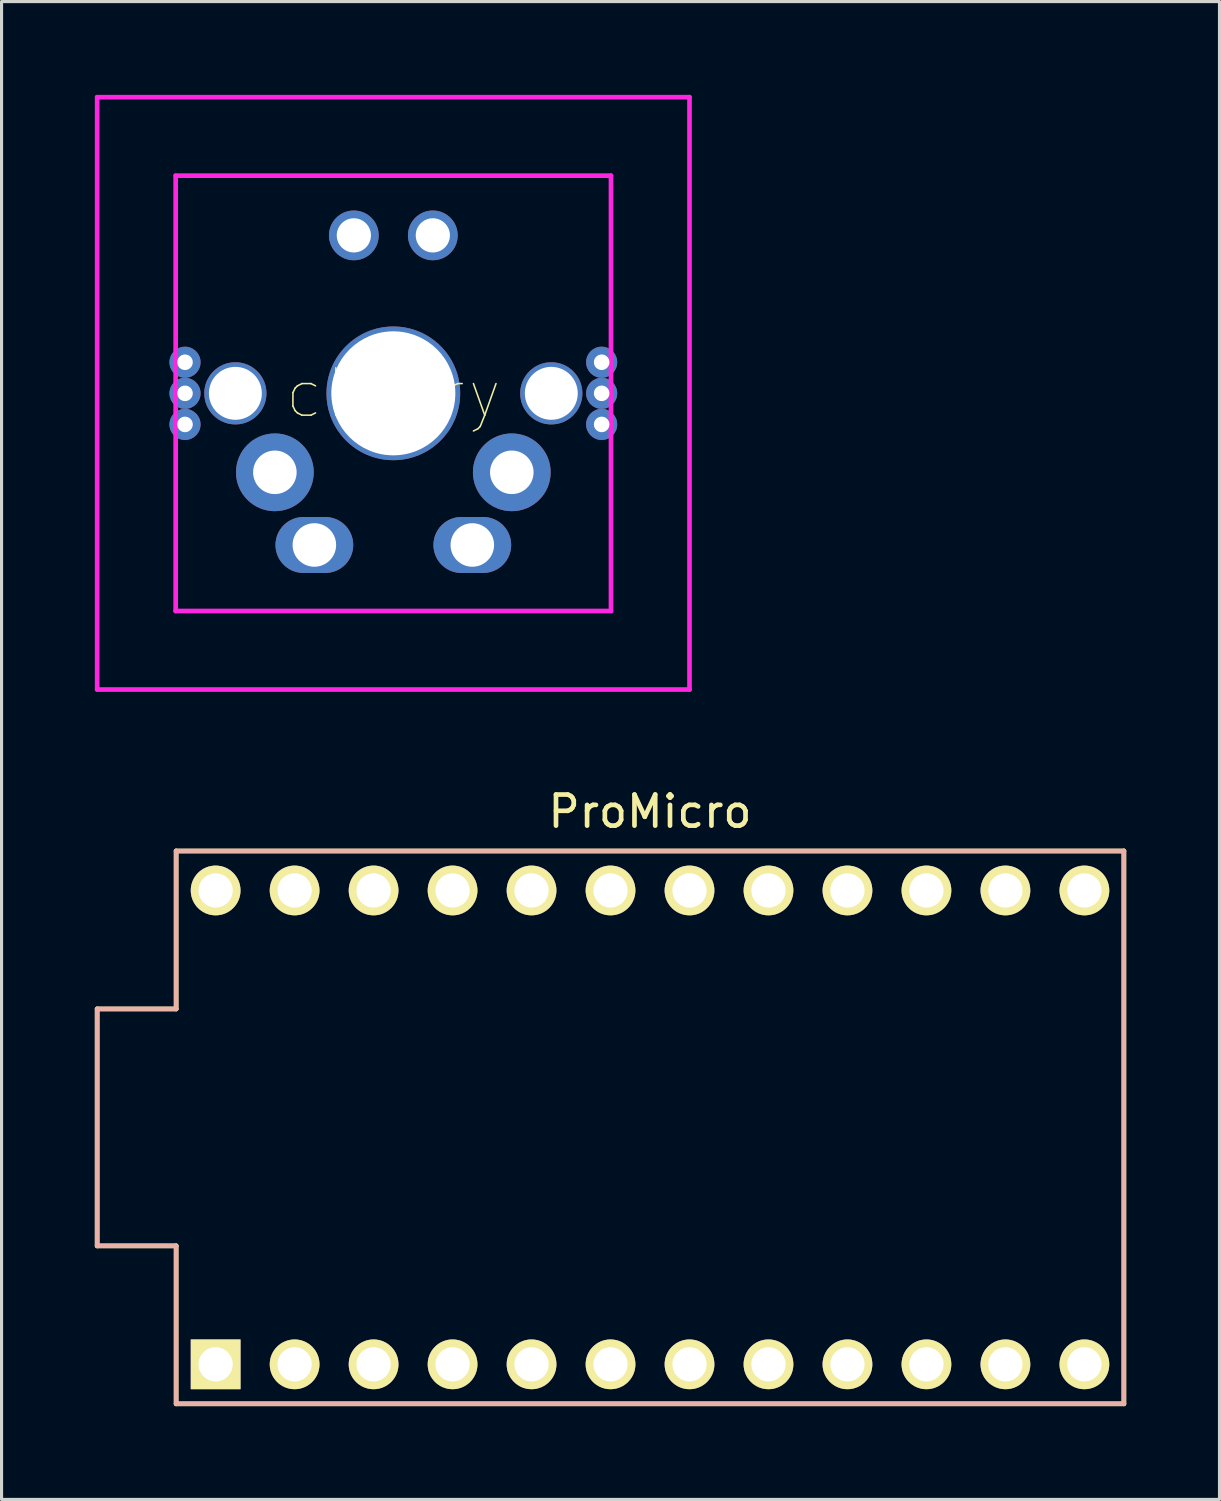
<source format=kicad_pcb>
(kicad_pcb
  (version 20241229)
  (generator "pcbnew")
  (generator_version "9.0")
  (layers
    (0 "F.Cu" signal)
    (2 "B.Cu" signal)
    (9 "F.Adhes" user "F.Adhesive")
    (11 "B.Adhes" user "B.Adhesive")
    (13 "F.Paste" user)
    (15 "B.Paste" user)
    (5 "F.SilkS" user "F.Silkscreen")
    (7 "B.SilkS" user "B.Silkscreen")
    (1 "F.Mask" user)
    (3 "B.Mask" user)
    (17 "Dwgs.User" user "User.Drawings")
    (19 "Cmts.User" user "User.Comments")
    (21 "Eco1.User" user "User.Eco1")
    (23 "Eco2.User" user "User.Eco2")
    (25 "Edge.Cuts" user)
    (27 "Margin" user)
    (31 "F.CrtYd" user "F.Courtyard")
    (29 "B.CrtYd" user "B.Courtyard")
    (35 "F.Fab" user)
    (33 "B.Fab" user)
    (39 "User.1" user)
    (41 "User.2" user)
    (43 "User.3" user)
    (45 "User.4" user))
  (footprint "ProMicro"
    (layer "F.Cu")
    (at 17.855 33.208)
    (property "Reference" "ProMicro" (at 0 -10.16 0) (layer "F.SilkS") (effects (font (size 1 1) (thickness 0.15))))
    (attr through_hole)
    (fp_line (start -17.78 -3.81) (end -15.24 -3.81) (stroke (width 0.15) (type solid)) (layer "F.SilkS"))
    (fp_line (start -17.78 3.81) (end -17.78 -3.81) (stroke (width 0.15) (type solid)) (layer "F.SilkS"))
    (fp_line (start -15.24 -8.89) (end 15.24 -8.89) (stroke (width 0.15) (type solid)) (layer "F.SilkS"))
    (fp_line (start -15.24 -3.81) (end -15.24 -8.89) (stroke (width 0.15) (type solid)) (layer "F.SilkS"))
    (fp_line (start -15.24 3.81) (end -17.78 3.81) (stroke (width 0.15) (type solid)) (layer "F.SilkS"))
    (fp_line (start -15.24 8.89) (end -15.24 3.81) (stroke (width 0.15) (type solid)) (layer "F.SilkS"))
    (fp_line (start -15.24 8.89) (end 15.24 8.89) (stroke (width 0.15) (type solid)) (layer "F.SilkS"))
    (fp_line (start 15.24 -8.89) (end 15.24 8.89) (stroke (width 0.15) (type solid)) (layer "F.SilkS"))
    (fp_line (start -17.78 -3.81) (end -15.24 -3.81) (stroke (width 0.15) (type solid)) (layer "B.SilkS"))
    (fp_line (start -17.78 3.81) (end -17.78 -3.81) (stroke (width 0.15) (type solid)) (layer "B.SilkS"))
    (fp_line (start -15.24 -8.89) (end 15.24 -8.89) (stroke (width 0.15) (type solid)) (layer "B.SilkS"))
    (fp_line (start -15.24 -3.81) (end -15.24 -8.89) (stroke (width 0.15) (type solid)) (layer "B.SilkS"))
    (fp_line (start -15.24 3.81) (end -17.78 3.81) (stroke (width 0.15) (type solid)) (layer "B.SilkS"))
    (fp_line (start -15.24 8.89) (end -15.24 3.81) (stroke (width 0.15) (type solid)) (layer "B.SilkS"))
    (fp_line (start 15.24 -8.89) (end 15.24 8.89) (stroke (width 0.15) (type solid)) (layer "B.SilkS"))
    (fp_line (start 15.24 8.89) (end -15.24 8.89) (stroke (width 0.15) (type solid)) (layer "B.SilkS"))
    (pad "1" thru_hole rect (at -13.97 7.62) (size 1.6 1.6) (drill 1.1) (layers "*.Cu" "*.Mask" "F.SilkS"))
    (pad "2" thru_hole circle (at -11.43 7.62) (size 1.6 1.6) (drill 1.1) (layers "*.Cu" "*.Mask" "F.SilkS"))
    (pad "3" thru_hole circle (at -8.89 7.62) (size 1.6 1.6) (drill 1.1) (layers "*.Cu" "*.Mask" "F.SilkS"))
    (pad "4" thru_hole circle (at -6.35 7.62) (size 1.6 1.6) (drill 1.1) (layers "*.Cu" "*.Mask" "F.SilkS"))
    (pad "5" thru_hole circle (at -3.81 7.62) (size 1.6 1.6) (drill 1.1) (layers "*.Cu" "*.Mask" "F.SilkS"))
    (pad "6" thru_hole circle (at -1.27 7.62) (size 1.6 1.6) (drill 1.1) (layers "*.Cu" "*.Mask" "F.SilkS"))
    (pad "7" thru_hole circle (at 1.27 7.62) (size 1.6 1.6) (drill 1.1) (layers "*.Cu" "*.Mask" "F.SilkS"))
    (pad "8" thru_hole circle (at 3.81 7.62) (size 1.6 1.6) (drill 1.1) (layers "*.Cu" "*.Mask" "F.SilkS"))
    (pad "9" thru_hole circle (at 6.35 7.62) (size 1.6 1.6) (drill 1.1) (layers "*.Cu" "*.Mask" "F.SilkS"))
    (pad "10" thru_hole circle (at 8.89 7.62) (size 1.6 1.6) (drill 1.1) (layers "*.Cu" "*.Mask" "F.SilkS"))
    (pad "11" thru_hole circle (at 11.43 7.62) (size 1.6 1.6) (drill 1.1) (layers "*.Cu" "*.Mask" "F.SilkS"))
    (pad "12" thru_hole circle (at 13.97 7.62) (size 1.6 1.6) (drill 1.1) (layers "*.Cu" "*.Mask" "F.SilkS"))
    (pad "13" thru_hole circle (at 13.97 -7.62) (size 1.6 1.6) (drill 1.1) (layers "*.Cu" "*.Mask" "F.SilkS"))
    (pad "14" thru_hole circle (at 11.43 -7.62) (size 1.6 1.6) (drill 1.1) (layers "*.Cu" "*.Mask" "F.SilkS"))
    (pad "15" thru_hole circle (at 8.89 -7.62) (size 1.6 1.6) (drill 1.1) (layers "*.Cu" "*.Mask" "F.SilkS"))
    (pad "16" thru_hole circle (at 6.35 -7.62) (size 1.6 1.6) (drill 1.1) (layers "*.Cu" "*.Mask" "F.SilkS"))
    (pad "17" thru_hole circle (at 3.81 -7.62) (size 1.6 1.6) (drill 1.1) (layers "*.Cu" "*.Mask" "F.SilkS"))
    (pad "18" thru_hole circle (at 1.27 -7.62) (size 1.6 1.6) (drill 1.1) (layers "*.Cu" "*.Mask" "F.SilkS"))
    (pad "19" thru_hole circle (at -1.27 -7.62) (size 1.6 1.6) (drill 1.1) (layers "*.Cu" "*.Mask" "F.SilkS"))
    (pad "20" thru_hole circle (at -3.81 -7.62) (size 1.6 1.6) (drill 1.1) (layers "*.Cu" "*.Mask" "F.SilkS"))
    (pad "21" thru_hole circle (at -6.35 -7.62) (size 1.6 1.6) (drill 1.1) (layers "*.Cu" "*.Mask" "F.SilkS"))
    (pad "22" thru_hole circle (at -8.89 -7.62) (size 1.6 1.6) (drill 1.1) (layers "*.Cu" "*.Mask" "F.SilkS"))
    (pad "23" thru_hole circle (at -11.43 -7.62) (size 1.6 1.6) (drill 1.1) (layers "*.Cu" "*.Mask" "F.SilkS"))
    (pad "24" thru_hole circle (at -13.97 -7.62) (size 1.6 1.6) (drill 1.1) (layers "*.Cu" "*.Mask" "F.SilkS")))
  (footprint "cherry"
    (layer "F.Cu")
    (at 9.6 9.6)
    (property "Reference" "cherry" (at 0 0 0) (layer "F.SilkS") (effects (font (size 1.524 1.524) (thickness 0.05))))
    (attr smd)
    (fp_line (start -9.525 -9.525) (end 9.525 -9.525) (stroke (width 0.15) (type solid)) (layer "F.CrtYd"))
    (fp_line (start -9.525 9.525) (end -9.525 -9.525) (stroke (width 0.15) (type solid)) (layer "F.CrtYd"))
    (fp_line (start -7 -7) (end -7 7) (stroke (width 0.15) (type solid)) (layer "F.CrtYd"))
    (fp_line (start -7 7) (end 7 7) (stroke (width 0.15) (type solid)) (layer "F.CrtYd"))
    (fp_line (start 7 -7) (end -7 -7) (stroke (width 0.15) (type solid)) (layer "F.CrtYd"))
    (fp_line (start 7 7) (end 7 -7) (stroke (width 0.15) (type solid)) (layer "F.CrtYd"))
    (fp_line (start 9.525 -9.525) (end 9.525 9.525) (stroke (width 0.15) (type solid)) (layer "F.CrtYd"))
    (fp_line (start 9.525 9.525) (end -9.525 9.525) (stroke (width 0.15) (type solid)) (layer "F.CrtYd"))
    (pad "0" thru_hole circle (at -1.27 -5.08) (size 1.6 1.6) (drill 1.1) (layers "*.Cu" "*.Paste" "*.Mask"))
    (pad "0" thru_hole circle (at 0 0) (size 4.3 4.3) (drill 3.988) (layers "*.Cu" "*.Paste" "*.Mask"))
    (pad "0" thru_hole circle (at 1.27 -5.08) (size 1.6 1.6) (drill 1.1) (layers "*.Cu" "*.Paste" "*.Mask"))
    (pad "1" thru_hole circle (at -6.7 -1) (size 1 1) (drill 0.5) (layers "*.Cu" "*.Paste" "*.Mask"))
    (pad "1" thru_hole circle (at -6.7 0) (size 1 1) (drill 0.5) (layers "*.Cu" "*.Paste" "*.Mask"))
    (pad "1" thru_hole circle (at -6.7 1) (size 1 1) (drill 0.5) (layers "*.Cu" "*.Paste" "*.Mask"))
    (pad "1" thru_hole circle (at -5.08 0) (size 2 2) (drill 1.702) (layers "*.Cu" "*.Paste" "*.Mask"))
    (pad "1" thru_hole circle (at -3.81 2.54) (size 2.5 2.5) (drill 1.4) (layers "*.Cu" "*.Paste" "*.Mask"))
    (pad "1" thru_hole oval (at -2.54 4.877) (size 2.5 1.8) (drill 1.4) (layers "*.Cu" "*.Paste" "*.Mask"))
    (pad "2" thru_hole oval (at 2.54 4.877) (size 2.5 1.8) (drill 1.4) (layers "*.Cu" "*.Paste" "*.Mask"))
    (pad "2" thru_hole circle (at 3.81 2.54) (size 2.5 2.5) (drill 1.4) (layers "*.Cu" "*.Paste" "*.Mask"))
    (pad "2" thru_hole circle (at 5.08 0) (size 2 2) (drill 1.702) (layers "*.Cu" "*.Paste" "*.Mask"))
    (pad "2" thru_hole circle (at 6.7 -1 180) (size 1 1) (drill 0.5) (layers "*.Cu" "*.Paste" "*.Mask"))
    (pad "2" thru_hole circle (at 6.7 0 180) (size 1 1) (drill 0.5) (layers "*.Cu" "*.Paste" "*.Mask"))
    (pad "2" thru_hole circle (at 6.7 1 180) (size 1 1) (drill 0.5) (layers "*.Cu" "*.Paste" "*.Mask")))
  (gr_rect
    (start -3 -3)
    (end 36.17 45.173)
    (stroke (width 0.1) (type default))
    (fill no)
    (layer "Edge.Cuts")))
</source>
